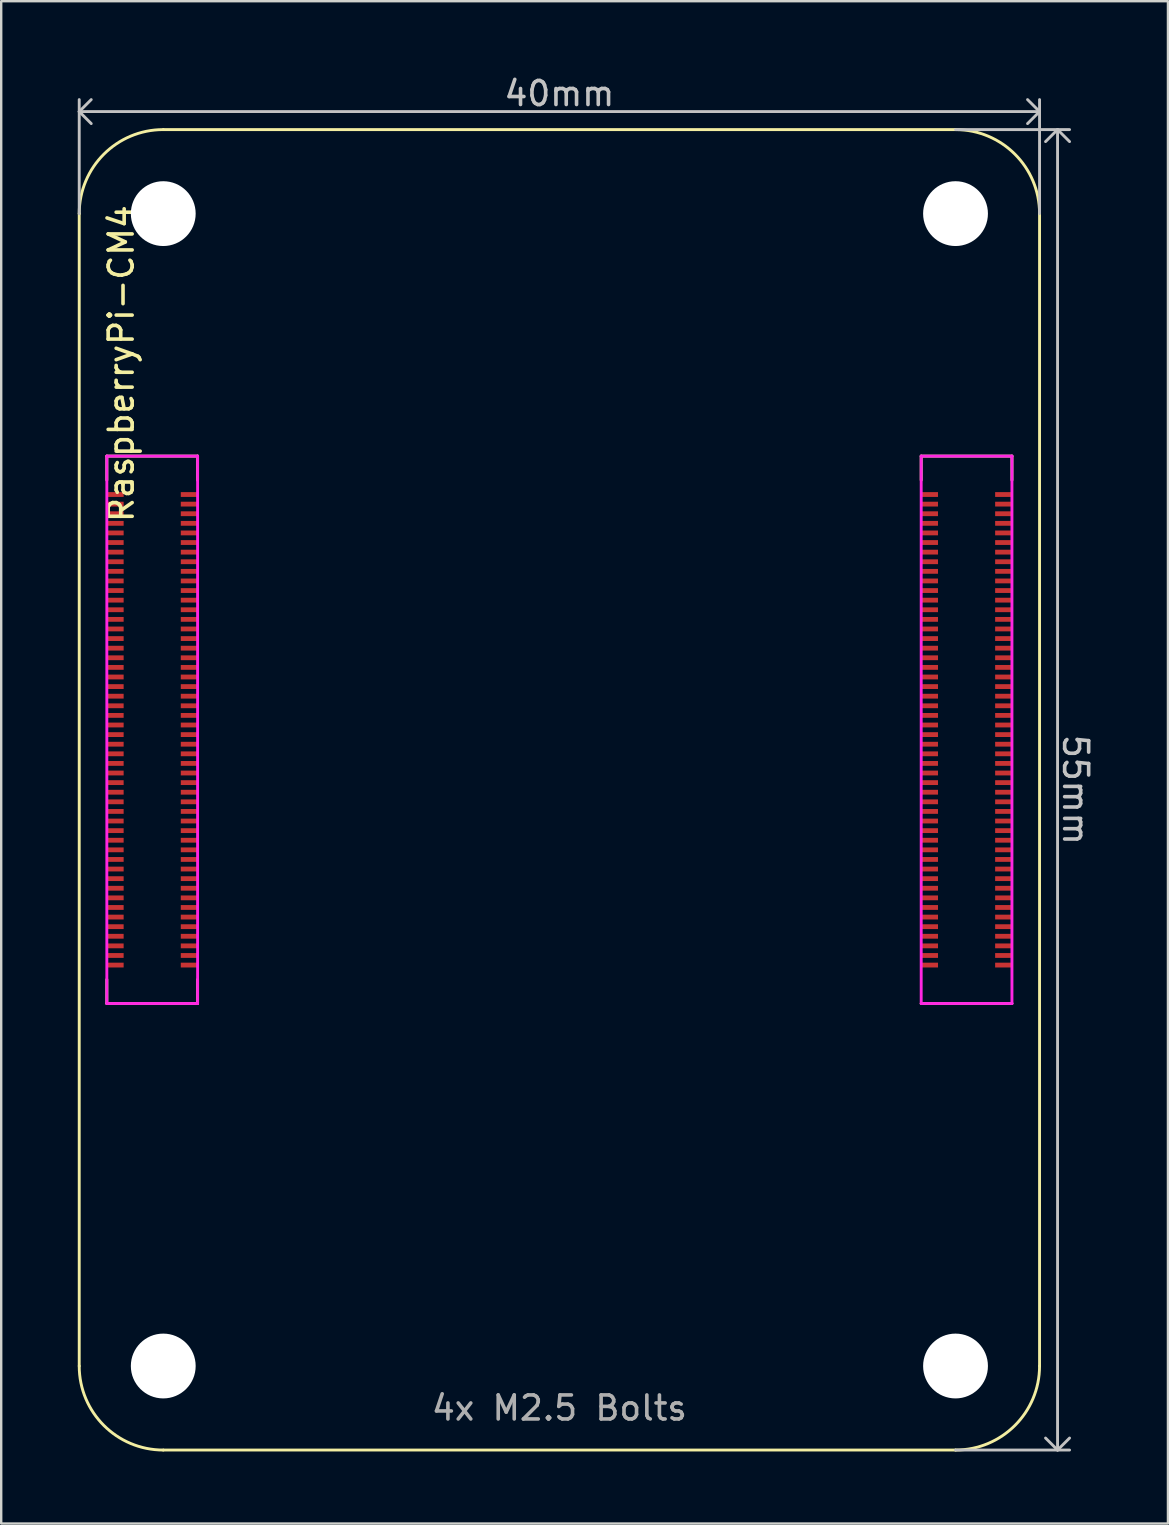
<source format=kicad_pcb>
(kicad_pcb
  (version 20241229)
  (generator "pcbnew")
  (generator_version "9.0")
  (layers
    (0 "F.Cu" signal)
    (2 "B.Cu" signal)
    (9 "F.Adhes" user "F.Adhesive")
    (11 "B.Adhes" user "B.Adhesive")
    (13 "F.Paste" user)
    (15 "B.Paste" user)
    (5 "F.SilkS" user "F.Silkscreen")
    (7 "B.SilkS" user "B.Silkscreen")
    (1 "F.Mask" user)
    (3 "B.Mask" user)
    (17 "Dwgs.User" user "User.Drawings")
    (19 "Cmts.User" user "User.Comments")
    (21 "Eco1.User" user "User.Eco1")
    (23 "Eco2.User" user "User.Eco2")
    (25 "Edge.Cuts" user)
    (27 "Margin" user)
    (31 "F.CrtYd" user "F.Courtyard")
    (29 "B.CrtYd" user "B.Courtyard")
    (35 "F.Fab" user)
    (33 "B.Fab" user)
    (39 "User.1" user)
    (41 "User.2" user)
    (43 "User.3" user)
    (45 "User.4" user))
  (footprint "RaspberryPi-CM4"
    (layer "F.Cu")
    (at 0.25 2.348)
    (property "Reference" "RaspberryPi-CM4" (at 1.75 9.75 270) (layer "F.SilkS") (effects (font (size 1 1) (thickness 0.15))))
    (attr smd)
    (fp_line (start 0 3.5) (end 0 51.5) (stroke (width 0.12) (type solid)) (layer "F.SilkS"))
    (fp_line (start 1.15 13.6) (end 1.15 14.6) (stroke (width 0.12) (type solid)) (layer "F.SilkS"))
    (fp_line (start 1.15 36.4) (end 1.15 35.4) (stroke (width 0.12) (type solid)) (layer "F.SilkS"))
    (fp_line (start 3.5 55) (end 36.5 55) (stroke (width 0.12) (type solid)) (layer "F.SilkS"))
    (fp_line (start 4.93 13.6) (end 1.15 13.6) (stroke (width 0.12) (type solid)) (layer "F.SilkS"))
    (fp_line (start 4.93 13.6) (end 4.93 14.6) (stroke (width 0.12) (type solid)) (layer "F.SilkS"))
    (fp_line (start 4.93 36.4) (end 1.15 36.4) (stroke (width 0.12) (type solid)) (layer "F.SilkS"))
    (fp_line (start 4.93 36.4) (end 4.93 35.4) (stroke (width 0.12) (type solid)) (layer "F.SilkS"))
    (fp_line (start 35.07 13.6) (end 35.07 14.6) (stroke (width 0.12) (type solid)) (layer "F.SilkS"))
    (fp_line (start 36.5 0) (end 3.5 0) (stroke (width 0.12) (type solid)) (layer "F.SilkS"))
    (fp_line (start 38.85 13.6) (end 35.07 13.6) (stroke (width 0.12) (type solid)) (layer "F.SilkS"))
    (fp_line (start 38.85 13.6) (end 38.85 14.6) (stroke (width 0.12) (type solid)) (layer "F.SilkS"))
    (fp_line (start 38.85 36.4) (end 35.07 36.4) (stroke (width 0.12) (type solid)) (layer "F.SilkS"))
    (fp_line (start 40 51.5) (end 40 3.5) (stroke (width 0.12) (type solid)) (layer "F.SilkS"))
    (fp_arc (start 0 3.5) (mid 1.025126 1.025126) (end 3.5 0) (stroke (width 0.12) (type solid)) (layer "F.SilkS"))
    (fp_arc (start 3.5 55) (mid 1.025126 53.974874) (end 0 51.5) (stroke (width 0.12) (type solid)) (layer "F.SilkS"))
    (fp_arc (start 36.5 0) (mid 38.974874 1.025126) (end 40 3.5) (stroke (width 0.12) (type solid)) (layer "F.SilkS"))
    (fp_arc (start 40 51.5) (mid 38.974874 53.974874) (end 36.5 55) (stroke (width 0.12) (type solid)) (layer "F.SilkS"))
    (fp_line (start 0 -0.75) (end 0.5 -1.25) (stroke (width 0.12) (type solid)) (layer "Dwgs.User"))
    (fp_line (start 0 -0.75) (end 0.5 -0.25) (stroke (width 0.12) (type solid)) (layer "Dwgs.User"))
    (fp_line (start 0 3.5) (end 0 -1.25) (stroke (width 0.12) (type solid)) (layer "Dwgs.User"))
    (fp_line (start 36.5 0) (end 41.25 0) (stroke (width 0.12) (type solid)) (layer "Dwgs.User"))
    (fp_line (start 40 -0.75) (end 0 -0.75) (stroke (width 0.12) (type solid)) (layer "Dwgs.User"))
    (fp_line (start 40 -0.75) (end 39.5 -1.25) (stroke (width 0.12) (type solid)) (layer "Dwgs.User"))
    (fp_line (start 40 -0.75) (end 39.5 -0.25) (stroke (width 0.12) (type solid)) (layer "Dwgs.User"))
    (fp_line (start 40 3.5) (end 40 -1.25) (stroke (width 0.12) (type solid)) (layer "Dwgs.User"))
    (fp_line (start 40.75 0) (end 40.25 0.5) (stroke (width 0.12) (type solid)) (layer "Dwgs.User"))
    (fp_line (start 40.75 0) (end 41.25 0.5) (stroke (width 0.12) (type solid)) (layer "Dwgs.User"))
    (fp_line (start 40.75 55) (end 40.25 54.5) (stroke (width 0.12) (type solid)) (layer "Dwgs.User"))
    (fp_line (start 40.75 55) (end 40.75 0) (stroke (width 0.12) (type solid)) (layer "Dwgs.User"))
    (fp_line (start 40.75 55) (end 41.25 54.5) (stroke (width 0.12) (type solid)) (layer "Dwgs.User"))
    (fp_line (start 41.25 55) (end 36.5 55) (stroke (width 0.12) (type solid)) (layer "Dwgs.User"))
    (fp_line (start 1.15 13.6) (end 4.93 13.6) (stroke (width 0.12) (type solid)) (layer "F.CrtYd"))
    (fp_line (start 1.15 36.4) (end 1.15 13.6) (stroke (width 0.12) (type solid)) (layer "F.CrtYd"))
    (fp_line (start 4.93 13.6) (end 4.93 36.4) (stroke (width 0.12) (type solid)) (layer "F.CrtYd"))
    (fp_line (start 4.93 36.4) (end 1.15 36.4) (stroke (width 0.12) (type solid)) (layer "F.CrtYd"))
    (fp_line (start 35.07 13.6) (end 38.85 13.6) (stroke (width 0.12) (type solid)) (layer "F.CrtYd"))
    (fp_line (start 35.07 36.4) (end 35.07 13.6) (stroke (width 0.12) (type solid)) (layer "F.CrtYd"))
    (fp_line (start 38.85 13.6) (end 38.85 36.4) (stroke (width 0.12) (type solid)) (layer "F.CrtYd"))
    (fp_line (start 38.85 36.4) (end 35.07 36.4) (stroke (width 0.12) (type solid)) (layer "F.CrtYd"))
    (fp_text user "40mm" (at 20 -1.5 0) (unlocked yes) (layer "Dwgs.User") (effects (font (size 1 1) (thickness 0.15))))
    (fp_text user "55mm" (at 41.5 27.5 270) (unlocked yes) (layer "Dwgs.User") (effects (font (size 1 1) (thickness 0.15))))
    (fp_text user "4x M2.5 Bolts" (at 20 53.25 0) (unlocked yes) (layer "F.Fab") (effects (font (size 1 1) (thickness 0.15))))
    (pad "" np_thru_hole circle (at 3.5 3.5 180) (size 2.7 2.7) (drill 2.7) (layers "*.Cu" "*.Mask"))
    (pad "" np_thru_hole circle (at 3.5 51.5 180) (size 2.7 2.7) (drill 2.7) (layers "*.Cu" "*.Mask"))
    (pad "" np_thru_hole circle (at 36.5 3.5 180) (size 2.7 2.7) (drill 2.7) (layers "*.Cu" "*.Mask"))
    (pad "" np_thru_hole circle (at 36.5 51.5 180) (size 2.7 2.7) (drill 2.7) (layers "*.Cu" "*.Mask"))
    (pad "1" smd rect (at 38.5 34.8 90) (size 0.2 0.7) (layers "F.Cu" "F.Mask" "F.Paste"))
    (pad "2" smd rect (at 35.42 34.8 90) (size 0.2 0.7) (layers "F.Cu" "F.Mask" "F.Paste"))
    (pad "3" smd rect (at 38.5 34.4 90) (size 0.2 0.7) (layers "F.Cu" "F.Mask" "F.Paste"))
    (pad "4" smd rect (at 35.42 34.4 90) (size 0.2 0.7) (layers "F.Cu" "F.Mask" "F.Paste"))
    (pad "5" smd rect (at 38.5 34 90) (size 0.2 0.7) (layers "F.Cu" "F.Mask" "F.Paste"))
    (pad "6" smd rect (at 35.42 34 90) (size 0.2 0.7) (layers "F.Cu" "F.Mask" "F.Paste"))
    (pad "7" smd rect (at 38.5 33.6 90) (size 0.2 0.7) (layers "F.Cu" "F.Mask" "F.Paste"))
    (pad "8" smd rect (at 35.42 33.6 90) (size 0.2 0.7) (layers "F.Cu" "F.Mask" "F.Paste"))
    (pad "9" smd rect (at 38.5 33.2 90) (size 0.2 0.7) (layers "F.Cu" "F.Mask" "F.Paste"))
    (pad "10" smd rect (at 35.42 33.2 90) (size 0.2 0.7) (layers "F.Cu" "F.Mask" "F.Paste"))
    (pad "11" smd rect (at 38.5 32.8 90) (size 0.2 0.7) (layers "F.Cu" "F.Mask" "F.Paste"))
    (pad "12" smd rect (at 35.42 32.8 90) (size 0.2 0.7) (layers "F.Cu" "F.Mask" "F.Paste"))
    (pad "13" smd rect (at 38.5 32.4 90) (size 0.2 0.7) (layers "F.Cu" "F.Mask" "F.Paste"))
    (pad "14" smd rect (at 35.42 32.4 90) (size 0.2 0.7) (layers "F.Cu" "F.Mask" "F.Paste"))
    (pad "15" smd rect (at 38.5 32 90) (size 0.2 0.7) (layers "F.Cu" "F.Mask" "F.Paste"))
    (pad "16" smd rect (at 35.42 32 90) (size 0.2 0.7) (layers "F.Cu" "F.Mask" "F.Paste"))
    (pad "17" smd rect (at 38.5 31.6 90) (size 0.2 0.7) (layers "F.Cu" "F.Mask" "F.Paste"))
    (pad "18" smd rect (at 35.42 31.6 90) (size 0.2 0.7) (layers "F.Cu" "F.Mask" "F.Paste"))
    (pad "19" smd rect (at 38.5 31.2 90) (size 0.2 0.7) (layers "F.Cu" "F.Mask" "F.Paste"))
    (pad "20" smd rect (at 35.42 31.2 90) (size 0.2 0.7) (layers "F.Cu" "F.Mask" "F.Paste"))
    (pad "21" smd rect (at 38.5 30.8 90) (size 0.2 0.7) (layers "F.Cu" "F.Mask" "F.Paste"))
    (pad "22" smd rect (at 35.42 30.8 90) (size 0.2 0.7) (layers "F.Cu" "F.Mask" "F.Paste"))
    (pad "23" smd rect (at 38.5 30.4 90) (size 0.2 0.7) (layers "F.Cu" "F.Mask" "F.Paste"))
    (pad "24" smd rect (at 35.42 30.4 90) (size 0.2 0.7) (layers "F.Cu" "F.Mask" "F.Paste"))
    (pad "25" smd rect (at 38.5 30 90) (size 0.2 0.7) (layers "F.Cu" "F.Mask" "F.Paste"))
    (pad "26" smd rect (at 35.42 30 90) (size 0.2 0.7) (layers "F.Cu" "F.Mask" "F.Paste"))
    (pad "27" smd rect (at 38.5 29.6 90) (size 0.2 0.7) (layers "F.Cu" "F.Mask" "F.Paste"))
    (pad "28" smd rect (at 35.42 29.6 90) (size 0.2 0.7) (layers "F.Cu" "F.Mask" "F.Paste"))
    (pad "29" smd rect (at 38.5 29.2 90) (size 0.2 0.7) (layers "F.Cu" "F.Mask" "F.Paste"))
    (pad "30" smd rect (at 35.42 29.2 90) (size 0.2 0.7) (layers "F.Cu" "F.Mask" "F.Paste"))
    (pad "31" smd rect (at 38.5 28.8 90) (size 0.2 0.7) (layers "F.Cu" "F.Mask" "F.Paste"))
    (pad "32" smd rect (at 35.42 28.8 90) (size 0.2 0.7) (layers "F.Cu" "F.Mask" "F.Paste"))
    (pad "33" smd rect (at 38.5 28.4 90) (size 0.2 0.7) (layers "F.Cu" "F.Mask" "F.Paste"))
    (pad "34" smd rect (at 35.42 28.4 90) (size 0.2 0.7) (layers "F.Cu" "F.Mask" "F.Paste"))
    (pad "35" smd rect (at 38.5 28 90) (size 0.2 0.7) (layers "F.Cu" "F.Mask" "F.Paste"))
    (pad "36" smd rect (at 35.42 28 90) (size 0.2 0.7) (layers "F.Cu" "F.Mask" "F.Paste"))
    (pad "37" smd rect (at 38.5 27.6 90) (size 0.2 0.7) (layers "F.Cu" "F.Mask" "F.Paste"))
    (pad "38" smd rect (at 35.42 27.6 90) (size 0.2 0.7) (layers "F.Cu" "F.Mask" "F.Paste"))
    (pad "39" smd rect (at 38.5 27.2 90) (size 0.2 0.7) (layers "F.Cu" "F.Mask" "F.Paste"))
    (pad "40" smd rect (at 35.42 27.2 90) (size 0.2 0.7) (layers "F.Cu" "F.Mask" "F.Paste"))
    (pad "41" smd rect (at 38.5 26.8 90) (size 0.2 0.7) (layers "F.Cu" "F.Mask" "F.Paste"))
    (pad "42" smd rect (at 35.42 26.8 90) (size 0.2 0.7) (layers "F.Cu" "F.Mask" "F.Paste"))
    (pad "43" smd rect (at 38.5 26.4 90) (size 0.2 0.7) (layers "F.Cu" "F.Mask" "F.Paste"))
    (pad "44" smd rect (at 35.42 26.4 90) (size 0.2 0.7) (layers "F.Cu" "F.Mask" "F.Paste"))
    (pad "45" smd rect (at 38.5 26 90) (size 0.2 0.7) (layers "F.Cu" "F.Mask" "F.Paste"))
    (pad "46" smd rect (at 35.42 26 90) (size 0.2 0.7) (layers "F.Cu" "F.Mask" "F.Paste"))
    (pad "47" smd rect (at 38.5 25.6 90) (size 0.2 0.7) (layers "F.Cu" "F.Mask" "F.Paste"))
    (pad "48" smd rect (at 35.42 25.6 90) (size 0.2 0.7) (layers "F.Cu" "F.Mask" "F.Paste"))
    (pad "49" smd rect (at 38.5 25.2 90) (size 0.2 0.7) (layers "F.Cu" "F.Mask" "F.Paste"))
    (pad "50" smd rect (at 35.42 25.2 90) (size 0.2 0.7) (layers "F.Cu" "F.Mask" "F.Paste"))
    (pad "51" smd rect (at 38.5 24.8 90) (size 0.2 0.7) (layers "F.Cu" "F.Mask" "F.Paste"))
    (pad "52" smd rect (at 35.42 24.8 90) (size 0.2 0.7) (layers "F.Cu" "F.Mask" "F.Paste"))
    (pad "53" smd rect (at 38.5 24.4 90) (size 0.2 0.7) (layers "F.Cu" "F.Mask" "F.Paste"))
    (pad "54" smd rect (at 35.42 24.4 90) (size 0.2 0.7) (layers "F.Cu" "F.Mask" "F.Paste"))
    (pad "55" smd rect (at 38.5 24 90) (size 0.2 0.7) (layers "F.Cu" "F.Mask" "F.Paste"))
    (pad "56" smd rect (at 35.42 24 90) (size 0.2 0.7) (layers "F.Cu" "F.Mask" "F.Paste"))
    (pad "57" smd rect (at 38.5 23.6 90) (size 0.2 0.7) (layers "F.Cu" "F.Mask" "F.Paste"))
    (pad "58" smd rect (at 35.42 23.6 90) (size 0.2 0.7) (layers "F.Cu" "F.Mask" "F.Paste"))
    (pad "59" smd rect (at 38.5 23.2 90) (size 0.2 0.7) (layers "F.Cu" "F.Mask" "F.Paste"))
    (pad "60" smd rect (at 35.42 23.2 90) (size 0.2 0.7) (layers "F.Cu" "F.Mask" "F.Paste"))
    (pad "61" smd rect (at 38.5 22.8 90) (size 0.2 0.7) (layers "F.Cu" "F.Mask" "F.Paste"))
    (pad "62" smd rect (at 35.42 22.8 90) (size 0.2 0.7) (layers "F.Cu" "F.Mask" "F.Paste"))
    (pad "63" smd rect (at 38.5 22.4 90) (size 0.2 0.7) (layers "F.Cu" "F.Mask" "F.Paste"))
    (pad "64" smd rect (at 35.42 22.4 90) (size 0.2 0.7) (layers "F.Cu" "F.Mask" "F.Paste"))
    (pad "65" smd rect (at 38.5 22 90) (size 0.2 0.7) (layers "F.Cu" "F.Mask" "F.Paste"))
    (pad "66" smd rect (at 35.42 22 90) (size 0.2 0.7) (layers "F.Cu" "F.Mask" "F.Paste"))
    (pad "67" smd rect (at 38.5 21.6 90) (size 0.2 0.7) (layers "F.Cu" "F.Mask" "F.Paste"))
    (pad "68" smd rect (at 35.42 21.6 90) (size 0.2 0.7) (layers "F.Cu" "F.Mask" "F.Paste"))
    (pad "69" smd rect (at 38.5 21.2 90) (size 0.2 0.7) (layers "F.Cu" "F.Mask" "F.Paste"))
    (pad "70" smd rect (at 35.42 21.2 90) (size 0.2 0.7) (layers "F.Cu" "F.Mask" "F.Paste"))
    (pad "71" smd rect (at 38.5 20.8 90) (size 0.2 0.7) (layers "F.Cu" "F.Mask" "F.Paste"))
    (pad "72" smd rect (at 35.42 20.8 90) (size 0.2 0.7) (layers "F.Cu" "F.Mask" "F.Paste"))
    (pad "73" smd rect (at 38.5 20.4 90) (size 0.2 0.7) (layers "F.Cu" "F.Mask" "F.Paste"))
    (pad "74" smd rect (at 35.42 20.4 90) (size 0.2 0.7) (layers "F.Cu" "F.Mask" "F.Paste"))
    (pad "75" smd rect (at 38.5 20 90) (size 0.2 0.7) (layers "F.Cu" "F.Mask" "F.Paste"))
    (pad "76" smd rect (at 35.42 20 90) (size 0.2 0.7) (layers "F.Cu" "F.Mask" "F.Paste"))
    (pad "77" smd rect (at 38.5 19.6 90) (size 0.2 0.7) (layers "F.Cu" "F.Mask" "F.Paste"))
    (pad "78" smd rect (at 35.42 19.6 90) (size 0.2 0.7) (layers "F.Cu" "F.Mask" "F.Paste"))
    (pad "79" smd rect (at 38.5 19.2 90) (size 0.2 0.7) (layers "F.Cu" "F.Mask" "F.Paste"))
    (pad "80" smd rect (at 35.42 19.2 90) (size 0.2 0.7) (layers "F.Cu" "F.Mask" "F.Paste"))
    (pad "81" smd rect (at 38.5 18.8 90) (size 0.2 0.7) (layers "F.Cu" "F.Mask" "F.Paste"))
    (pad "82" smd rect (at 35.42 18.8 90) (size 0.2 0.7) (layers "F.Cu" "F.Mask" "F.Paste"))
    (pad "83" smd rect (at 38.5 18.4 90) (size 0.2 0.7) (layers "F.Cu" "F.Mask" "F.Paste"))
    (pad "84" smd rect (at 35.42 18.4 90) (size 0.2 0.7) (layers "F.Cu" "F.Mask" "F.Paste"))
    (pad "85" smd rect (at 38.5 18 90) (size 0.2 0.7) (layers "F.Cu" "F.Mask" "F.Paste"))
    (pad "86" smd rect (at 35.42 18 90) (size 0.2 0.7) (layers "F.Cu" "F.Mask" "F.Paste"))
    (pad "87" smd rect (at 38.5 17.6 90) (size 0.2 0.7) (layers "F.Cu" "F.Mask" "F.Paste"))
    (pad "88" smd rect (at 35.42 17.6 90) (size 0.2 0.7) (layers "F.Cu" "F.Mask" "F.Paste"))
    (pad "89" smd rect (at 38.5 17.2 90) (size 0.2 0.7) (layers "F.Cu" "F.Mask" "F.Paste"))
    (pad "90" smd rect (at 35.42 17.2 90) (size 0.2 0.7) (layers "F.Cu" "F.Mask" "F.Paste"))
    (pad "91" smd rect (at 38.5 16.8 90) (size 0.2 0.7) (layers "F.Cu" "F.Mask" "F.Paste"))
    (pad "92" smd rect (at 35.42 16.8 90) (size 0.2 0.7) (layers "F.Cu" "F.Mask" "F.Paste"))
    (pad "93" smd rect (at 38.5 16.4 90) (size 0.2 0.7) (layers "F.Cu" "F.Mask" "F.Paste"))
    (pad "94" smd rect (at 35.42 16.4 90) (size 0.2 0.7) (layers "F.Cu" "F.Mask" "F.Paste"))
    (pad "95" smd rect (at 38.5 16 90) (size 0.2 0.7) (layers "F.Cu" "F.Mask" "F.Paste"))
    (pad "96" smd rect (at 35.42 16 90) (size 0.2 0.7) (layers "F.Cu" "F.Mask" "F.Paste"))
    (pad "97" smd rect (at 38.5 15.6 90) (size 0.2 0.7) (layers "F.Cu" "F.Mask" "F.Paste"))
    (pad "98" smd rect (at 35.42 15.6 90) (size 0.2 0.7) (layers "F.Cu" "F.Mask" "F.Paste"))
    (pad "99" smd rect (at 38.5 15.2 90) (size 0.2 0.7) (layers "F.Cu" "F.Mask" "F.Paste"))
    (pad "100" smd rect (at 35.42 15.2 90) (size 0.2 0.7) (layers "F.Cu" "F.Mask" "F.Paste"))
    (pad "101" smd rect (at 4.58 34.8 90) (size 0.2 0.7) (layers "F.Cu" "F.Mask" "F.Paste"))
    (pad "102" smd rect (at 1.5 34.8 90) (size 0.2 0.7) (layers "F.Cu" "F.Mask" "F.Paste"))
    (pad "103" smd rect (at 4.58 34.4 90) (size 0.2 0.7) (layers "F.Cu" "F.Mask" "F.Paste"))
    (pad "104" smd rect (at 1.5 34.4 90) (size 0.2 0.7) (layers "F.Cu" "F.Mask" "F.Paste"))
    (pad "105" smd rect (at 4.58 34 90) (size 0.2 0.7) (layers "F.Cu" "F.Mask" "F.Paste"))
    (pad "106" smd rect (at 1.5 34 90) (size 0.2 0.7) (layers "F.Cu" "F.Mask" "F.Paste"))
    (pad "107" smd rect (at 4.58 33.6 90) (size 0.2 0.7) (layers "F.Cu" "F.Mask" "F.Paste"))
    (pad "108" smd rect (at 1.5 33.6 90) (size 0.2 0.7) (layers "F.Cu" "F.Mask" "F.Paste"))
    (pad "109" smd rect (at 4.58 33.2 90) (size 0.2 0.7) (layers "F.Cu" "F.Mask" "F.Paste"))
    (pad "110" smd rect (at 1.5 33.2 90) (size 0.2 0.7) (layers "F.Cu" "F.Mask" "F.Paste"))
    (pad "111" smd rect (at 4.58 32.8 90) (size 0.2 0.7) (layers "F.Cu" "F.Mask" "F.Paste"))
    (pad "112" smd rect (at 1.5 32.8 90) (size 0.2 0.7) (layers "F.Cu" "F.Mask" "F.Paste"))
    (pad "113" smd rect (at 4.58 32.4 90) (size 0.2 0.7) (layers "F.Cu" "F.Mask" "F.Paste"))
    (pad "114" smd rect (at 1.5 32.4 90) (size 0.2 0.7) (layers "F.Cu" "F.Mask" "F.Paste"))
    (pad "115" smd rect (at 4.58 32 90) (size 0.2 0.7) (layers "F.Cu" "F.Mask" "F.Paste"))
    (pad "116" smd rect (at 1.5 32 90) (size 0.2 0.7) (layers "F.Cu" "F.Mask" "F.Paste"))
    (pad "117" smd rect (at 4.58 31.6 90) (size 0.2 0.7) (layers "F.Cu" "F.Mask" "F.Paste"))
    (pad "118" smd rect (at 1.5 31.6 90) (size 0.2 0.7) (layers "F.Cu" "F.Mask" "F.Paste"))
    (pad "119" smd rect (at 4.58 31.2 90) (size 0.2 0.7) (layers "F.Cu" "F.Mask" "F.Paste"))
    (pad "120" smd rect (at 1.5 31.2 90) (size 0.2 0.7) (layers "F.Cu" "F.Mask" "F.Paste"))
    (pad "121" smd rect (at 4.58 30.8 90) (size 0.2 0.7) (layers "F.Cu" "F.Mask" "F.Paste"))
    (pad "122" smd rect (at 1.5 30.8 90) (size 0.2 0.7) (layers "F.Cu" "F.Mask" "F.Paste"))
    (pad "123" smd rect (at 4.58 30.4 90) (size 0.2 0.7) (layers "F.Cu" "F.Mask" "F.Paste"))
    (pad "124" smd rect (at 1.5 30.4 90) (size 0.2 0.7) (layers "F.Cu" "F.Mask" "F.Paste"))
    (pad "125" smd rect (at 4.58 30 90) (size 0.2 0.7) (layers "F.Cu" "F.Mask" "F.Paste"))
    (pad "126" smd rect (at 1.5 30 90) (size 0.2 0.7) (layers "F.Cu" "F.Mask" "F.Paste"))
    (pad "127" smd rect (at 4.58 29.6 90) (size 0.2 0.7) (layers "F.Cu" "F.Mask" "F.Paste"))
    (pad "128" smd rect (at 1.5 29.6 90) (size 0.2 0.7) (layers "F.Cu" "F.Mask" "F.Paste"))
    (pad "129" smd rect (at 4.58 29.2 90) (size 0.2 0.7) (layers "F.Cu" "F.Mask" "F.Paste"))
    (pad "130" smd rect (at 1.5 29.2 90) (size 0.2 0.7) (layers "F.Cu" "F.Mask" "F.Paste"))
    (pad "131" smd rect (at 4.58 28.8 90) (size 0.2 0.7) (layers "F.Cu" "F.Mask" "F.Paste"))
    (pad "132" smd rect (at 1.5 28.8 90) (size 0.2 0.7) (layers "F.Cu" "F.Mask" "F.Paste"))
    (pad "133" smd rect (at 4.58 28.4 90) (size 0.2 0.7) (layers "F.Cu" "F.Mask" "F.Paste"))
    (pad "134" smd rect (at 1.5 28.4 90) (size 0.2 0.7) (layers "F.Cu" "F.Mask" "F.Paste"))
    (pad "135" smd rect (at 4.58 28 90) (size 0.2 0.7) (layers "F.Cu" "F.Mask" "F.Paste"))
    (pad "136" smd rect (at 1.5 28 90) (size 0.2 0.7) (layers "F.Cu" "F.Mask" "F.Paste"))
    (pad "137" smd rect (at 4.58 27.6 90) (size 0.2 0.7) (layers "F.Cu" "F.Mask" "F.Paste"))
    (pad "138" smd rect (at 1.5 27.6 90) (size 0.2 0.7) (layers "F.Cu" "F.Mask" "F.Paste"))
    (pad "139" smd rect (at 4.58 27.2 90) (size 0.2 0.7) (layers "F.Cu" "F.Mask" "F.Paste"))
    (pad "140" smd rect (at 1.5 27.2 90) (size 0.2 0.7) (layers "F.Cu" "F.Mask" "F.Paste"))
    (pad "141" smd rect (at 4.58 26.8 90) (size 0.2 0.7) (layers "F.Cu" "F.Mask" "F.Paste"))
    (pad "142" smd rect (at 1.5 26.8 90) (size 0.2 0.7) (layers "F.Cu" "F.Mask" "F.Paste"))
    (pad "143" smd rect (at 4.58 26.4 90) (size 0.2 0.7) (layers "F.Cu" "F.Mask" "F.Paste"))
    (pad "144" smd rect (at 1.5 26.4 90) (size 0.2 0.7) (layers "F.Cu" "F.Mask" "F.Paste"))
    (pad "145" smd rect (at 4.58 26 90) (size 0.2 0.7) (layers "F.Cu" "F.Mask" "F.Paste"))
    (pad "146" smd rect (at 1.5 26 90) (size 0.2 0.7) (layers "F.Cu" "F.Mask" "F.Paste"))
    (pad "147" smd rect (at 4.58 25.6 90) (size 0.2 0.7) (layers "F.Cu" "F.Mask" "F.Paste"))
    (pad "148" smd rect (at 1.5 25.6 90) (size 0.2 0.7) (layers "F.Cu" "F.Mask" "F.Paste"))
    (pad "149" smd rect (at 4.58 25.2 90) (size 0.2 0.7) (layers "F.Cu" "F.Mask" "F.Paste"))
    (pad "150" smd rect (at 1.5 25.2 90) (size 0.2 0.7) (layers "F.Cu" "F.Mask" "F.Paste"))
    (pad "151" smd rect (at 4.58 24.8 90) (size 0.2 0.7) (layers "F.Cu" "F.Mask" "F.Paste"))
    (pad "152" smd rect (at 1.5 24.8 90) (size 0.2 0.7) (layers "F.Cu" "F.Mask" "F.Paste"))
    (pad "153" smd rect (at 4.58 24.4 90) (size 0.2 0.7) (layers "F.Cu" "F.Mask" "F.Paste"))
    (pad "154" smd rect (at 1.5 24.4 90) (size 0.2 0.7) (layers "F.Cu" "F.Mask" "F.Paste"))
    (pad "155" smd rect (at 4.58 24 90) (size 0.2 0.7) (layers "F.Cu" "F.Mask" "F.Paste"))
    (pad "156" smd rect (at 1.5 24 90) (size 0.2 0.7) (layers "F.Cu" "F.Mask" "F.Paste"))
    (pad "157" smd rect (at 4.58 23.6 90) (size 0.2 0.7) (layers "F.Cu" "F.Mask" "F.Paste"))
    (pad "158" smd rect (at 1.5 23.6 90) (size 0.2 0.7) (layers "F.Cu" "F.Mask" "F.Paste"))
    (pad "159" smd rect (at 4.58 23.2 90) (size 0.2 0.7) (layers "F.Cu" "F.Mask" "F.Paste"))
    (pad "160" smd rect (at 1.5 23.2 90) (size 0.2 0.7) (layers "F.Cu" "F.Mask" "F.Paste"))
    (pad "161" smd rect (at 4.58 22.8 90) (size 0.2 0.7) (layers "F.Cu" "F.Mask" "F.Paste"))
    (pad "162" smd rect (at 1.5 22.8 90) (size 0.2 0.7) (layers "F.Cu" "F.Mask" "F.Paste"))
    (pad "163" smd rect (at 4.58 22.4 90) (size 0.2 0.7) (layers "F.Cu" "F.Mask" "F.Paste"))
    (pad "164" smd rect (at 1.5 22.4 90) (size 0.2 0.7) (layers "F.Cu" "F.Mask" "F.Paste"))
    (pad "165" smd rect (at 4.58 22 90) (size 0.2 0.7) (layers "F.Cu" "F.Mask" "F.Paste"))
    (pad "166" smd rect (at 1.5 22 90) (size 0.2 0.7) (layers "F.Cu" "F.Mask" "F.Paste"))
    (pad "167" smd rect (at 4.58 21.6 90) (size 0.2 0.7) (layers "F.Cu" "F.Mask" "F.Paste"))
    (pad "168" smd rect (at 1.5 21.6 90) (size 0.2 0.7) (layers "F.Cu" "F.Mask" "F.Paste"))
    (pad "169" smd rect (at 4.58 21.2 90) (size 0.2 0.7) (layers "F.Cu" "F.Mask" "F.Paste"))
    (pad "170" smd rect (at 1.5 21.2 90) (size 0.2 0.7) (layers "F.Cu" "F.Mask" "F.Paste"))
    (pad "171" smd rect (at 4.58 20.8 90) (size 0.2 0.7) (layers "F.Cu" "F.Mask" "F.Paste"))
    (pad "172" smd rect (at 1.5 20.8 90) (size 0.2 0.7) (layers "F.Cu" "F.Mask" "F.Paste"))
    (pad "173" smd rect (at 4.58 20.4 90) (size 0.2 0.7) (layers "F.Cu" "F.Mask" "F.Paste"))
    (pad "174" smd rect (at 1.5 20.4 90) (size 0.2 0.7) (layers "F.Cu" "F.Mask" "F.Paste"))
    (pad "175" smd rect (at 4.58 20 90) (size 0.2 0.7) (layers "F.Cu" "F.Mask" "F.Paste"))
    (pad "176" smd rect (at 1.5 20 90) (size 0.2 0.7) (layers "F.Cu" "F.Mask" "F.Paste"))
    (pad "177" smd rect (at 4.58 19.6 90) (size 0.2 0.7) (layers "F.Cu" "F.Mask" "F.Paste"))
    (pad "178" smd rect (at 1.5 19.6 90) (size 0.2 0.7) (layers "F.Cu" "F.Mask" "F.Paste"))
    (pad "179" smd rect (at 4.58 19.2 90) (size 0.2 0.7) (layers "F.Cu" "F.Mask" "F.Paste"))
    (pad "180" smd rect (at 1.5 19.2 90) (size 0.2 0.7) (layers "F.Cu" "F.Mask" "F.Paste"))
    (pad "181" smd rect (at 4.58 18.8 90) (size 0.2 0.7) (layers "F.Cu" "F.Mask" "F.Paste"))
    (pad "182" smd rect (at 1.5 18.8 90) (size 0.2 0.7) (layers "F.Cu" "F.Mask" "F.Paste"))
    (pad "183" smd rect (at 4.58 18.4 90) (size 0.2 0.7) (layers "F.Cu" "F.Mask" "F.Paste"))
    (pad "184" smd rect (at 1.5 18.4 90) (size 0.2 0.7) (layers "F.Cu" "F.Mask" "F.Paste"))
    (pad "185" smd rect (at 4.58 18 90) (size 0.2 0.7) (layers "F.Cu" "F.Mask" "F.Paste"))
    (pad "186" smd rect (at 1.5 18 90) (size 0.2 0.7) (layers "F.Cu" "F.Mask" "F.Paste"))
    (pad "187" smd rect (at 4.58 17.6 90) (size 0.2 0.7) (layers "F.Cu" "F.Mask" "F.Paste"))
    (pad "188" smd rect (at 1.5 17.6 90) (size 0.2 0.7) (layers "F.Cu" "F.Mask" "F.Paste"))
    (pad "189" smd rect (at 4.58 17.2 90) (size 0.2 0.7) (layers "F.Cu" "F.Mask" "F.Paste"))
    (pad "190" smd rect (at 1.5 17.2 90) (size 0.2 0.7) (layers "F.Cu" "F.Mask" "F.Paste"))
    (pad "191" smd rect (at 4.58 16.8 90) (size 0.2 0.7) (layers "F.Cu" "F.Mask" "F.Paste"))
    (pad "192" smd rect (at 1.5 16.8 90) (size 0.2 0.7) (layers "F.Cu" "F.Mask" "F.Paste"))
    (pad "193" smd rect (at 4.58 16.4 90) (size 0.2 0.7) (layers "F.Cu" "F.Mask" "F.Paste"))
    (pad "194" smd rect (at 1.5 16.4 90) (size 0.2 0.7) (layers "F.Cu" "F.Mask" "F.Paste"))
    (pad "195" smd rect (at 4.58 16 90) (size 0.2 0.7) (layers "F.Cu" "F.Mask" "F.Paste"))
    (pad "196" smd rect (at 1.5 16 90) (size 0.2 0.7) (layers "F.Cu" "F.Mask" "F.Paste"))
    (pad "197" smd rect (at 4.58 15.6 90) (size 0.2 0.7) (layers "F.Cu" "F.Mask" "F.Paste"))
    (pad "198" smd rect (at 1.5 15.6 90) (size 0.2 0.7) (layers "F.Cu" "F.Mask" "F.Paste"))
    (pad "199" smd rect (at 4.58 15.2 90) (size 0.2 0.7) (layers "F.Cu" "F.Mask" "F.Paste"))
    (pad "200" smd rect (at 1.5 15.2 90) (size 0.2 0.7) (layers "F.Cu" "F.Mask" "F.Paste"))
    (zone (net_name "") (layers "F.Cu" "B.Cu") (name "Wireless Keepout") (hatch edge 0.508) (connect_pads) (min_thickness 0.254) (filled_areas_thickness no) (keepout (tracks not_allowed) (vias not_allowed) (pads not_allowed) (copperpour not_allowed) (footprints not_allowed)) (placement (enabled no)) (fill) (polygon (pts (xy 17.25 1.598) (xy 31.25 1.598) (xy 31.25 9.598) (xy 17.25 9.598)))))
  (gr_rect
    (start -3 -3)
    (end 45.598 60.408)
    (stroke (width 0.1) (type default))
    (fill no)
    (layer "Edge.Cuts")))
</source>
